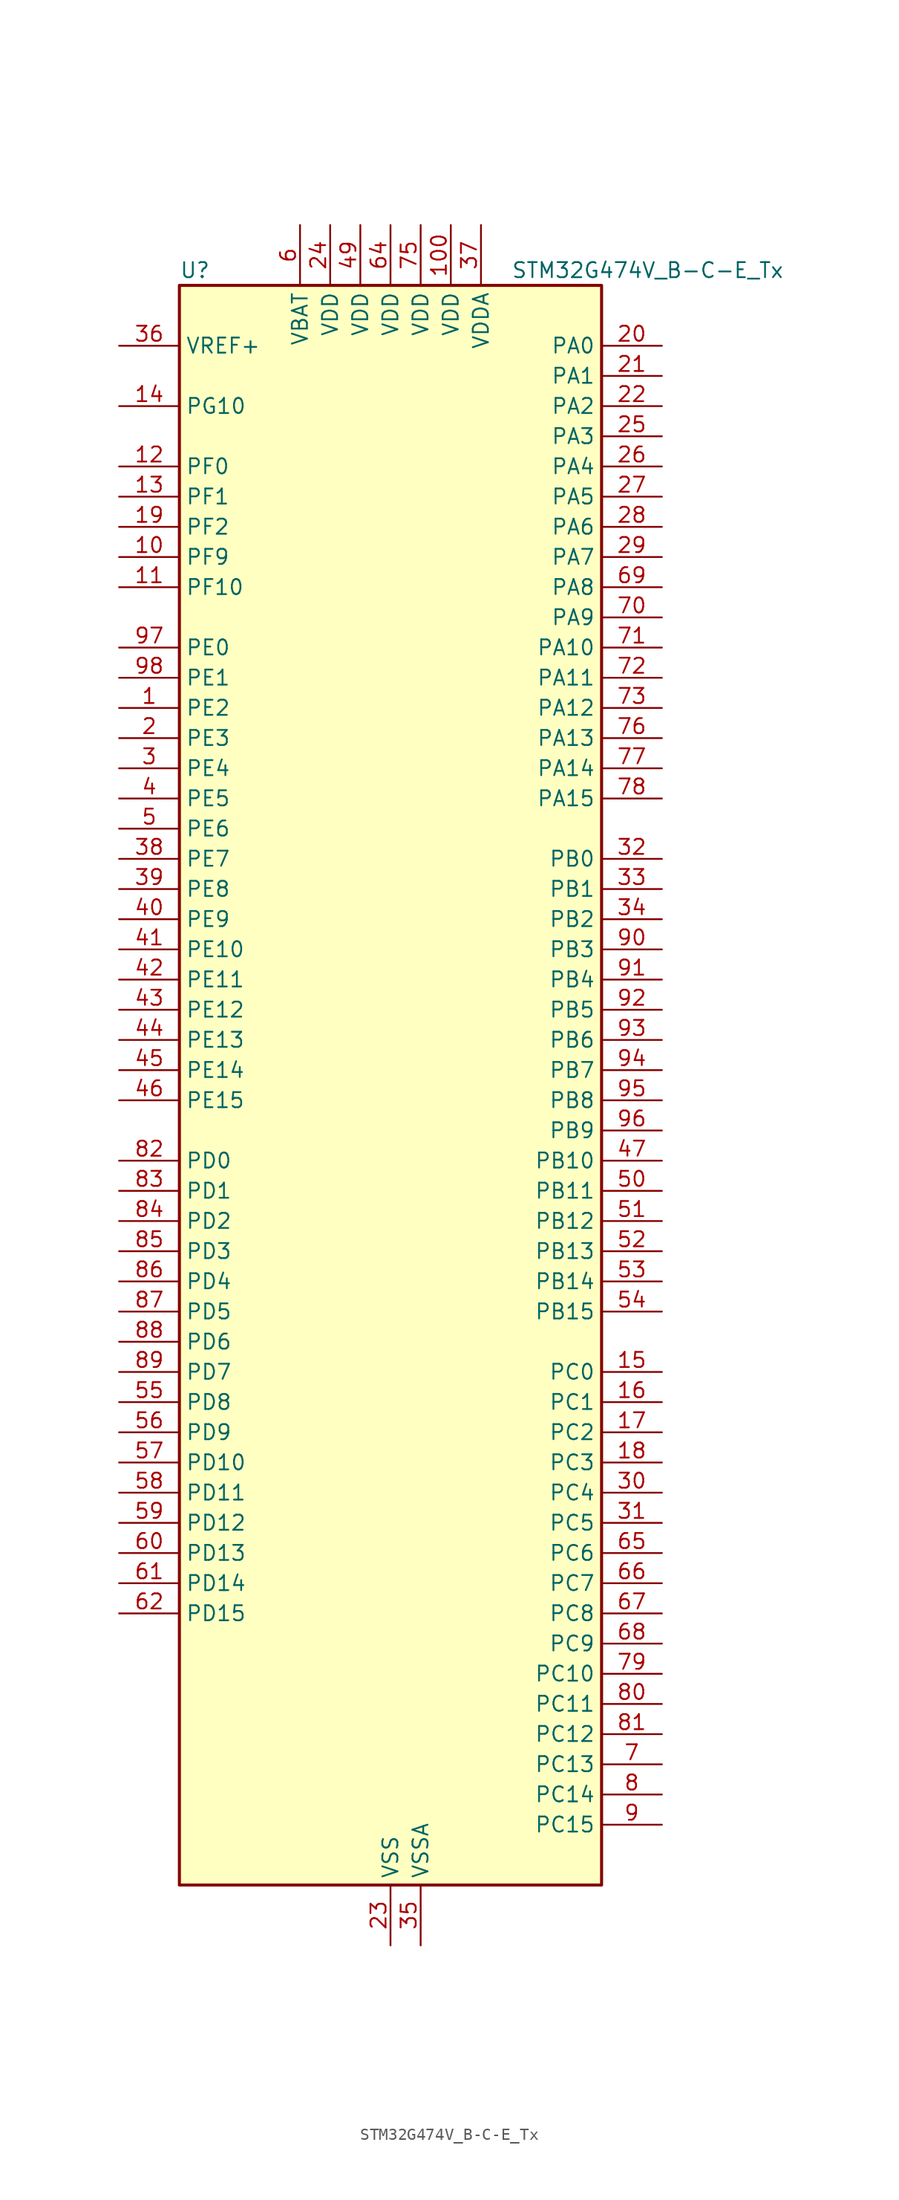
<source format=kicad_sym>
(kicad_symbol_lib
  (version 20241209)
  (generator "kicad_symbol_editor")
  (generator_version "9.0")
  (symbol "STM32G474V_B-C-E_Tx"
    (property "Reference" "U"
      (at -17.78 69.85 0)
      (effects (font (size 1.27 1.27)) (justify left)))
    (property "Value" "STM32G474V_B-C-E_Tx"
      (at 10.16 69.85 0)
      (effects (font (size 1.27 1.27)) (justify left)))
    (symbol "STM32G474V_B-C-E_Tx_0_1"
      (rectangle (start -17.78 -66.04) (end 17.78 68.58) (stroke (width 0.254) (type default)) (fill (type background))))
    (symbol "STM32G474V_B-C-E_Tx_1_1"
      (pin input line (at -22.86 63.5 0) (length 5.08) (name "VREF+" (effects (font (size 1.27 1.27)))) (number "36" (effects (font (size 1.27 1.27)))) (alternate "VREFBUF_OUT" bidirectional line))
      (pin bidirectional line (at -22.86 58.42 0) (length 5.08) (name "PG10" (effects (font (size 1.27 1.27)))) (number "14" (effects (font (size 1.27 1.27)))) (alternate "DAC1_EXTI10" bidirectional line) (alternate "DAC2_EXTI10" bidirectional line) (alternate "DAC3_EXTI10" bidirectional line) (alternate "DAC4_EXTI10" bidirectional line) (alternate "RCC_MCO" bidirectional line))
      (pin bidirectional line (at -22.86 53.34 0) (length 5.08) (name "PF0" (effects (font (size 1.27 1.27)))) (number "12" (effects (font (size 1.27 1.27)))) (alternate "ADC1_IN10" bidirectional line) (alternate "I2C2_SDA" bidirectional line) (alternate "I2S2_WS" bidirectional line) (alternate "RCC_OSC_IN" bidirectional line) (alternate "SPI2_NSS" bidirectional line) (alternate "TIM1_CH3N" bidirectional line))
      (pin bidirectional line (at -22.86 50.8 0) (length 5.08) (name "PF1" (effects (font (size 1.27 1.27)))) (number "13" (effects (font (size 1.27 1.27)))) (alternate "ADC2_IN10" bidirectional line) (alternate "COMP3_INM" bidirectional line) (alternate "I2S2_CK" bidirectional line) (alternate "RCC_OSC_OUT" bidirectional line) (alternate "SPI2_SCK" bidirectional line))
      (pin bidirectional line (at -22.86 48.26 0) (length 5.08) (name "PF2" (effects (font (size 1.27 1.27)))) (number "19" (effects (font (size 1.27 1.27)))) (alternate "ADC3_EXTI2" bidirectional line) (alternate "ADC4_EXTI2" bidirectional line) (alternate "ADC5_EXTI2" bidirectional line) (alternate "FMC_A2" bidirectional line) (alternate "I2C2_SMBA" bidirectional line) (alternate "TIM20_CH3" bidirectional line))
      (pin bidirectional line (at -22.86 45.72 0) (length 5.08) (name "PF9" (effects (font (size 1.27 1.27)))) (number "10" (effects (font (size 1.27 1.27)))) (alternate "DAC1_EXTI9" bidirectional line) (alternate "DAC2_EXTI9" bidirectional line) (alternate "DAC3_EXTI9" bidirectional line) (alternate "DAC4_EXTI9" bidirectional line) (alternate "FMC_A25" bidirectional line) (alternate "QUADSPI1_BK1_IO1" bidirectional line) (alternate "SAI1_FS_B" bidirectional line) (alternate "SPI2_SCK" bidirectional line) (alternate "TIM15_CH1" bidirectional line) (alternate "TIM20_BKIN" bidirectional line) (alternate "TIM5_CH4" bidirectional line))
      (pin bidirectional line (at -22.86 43.18 0) (length 5.08) (name "PF10" (effects (font (size 1.27 1.27)))) (number "11" (effects (font (size 1.27 1.27)))) (alternate "DAC1_EXTI10" bidirectional line) (alternate "DAC2_EXTI10" bidirectional line) (alternate "DAC3_EXTI10" bidirectional line) (alternate "DAC4_EXTI10" bidirectional line) (alternate "FMC_A0" bidirectional line) (alternate "QUADSPI1_CLK" bidirectional line) (alternate "SAI1_D3" bidirectional line) (alternate "SPI2_SCK" bidirectional line) (alternate "TIM15_CH2" bidirectional line) (alternate "TIM20_BKIN2" bidirectional line))
      (pin bidirectional line (at -22.86 38.1 0) (length 5.08) (name "PE0" (effects (font (size 1.27 1.27)))) (number "97" (effects (font (size 1.27 1.27)))) (alternate "FMC_NBL0" bidirectional line) (alternate "TIM16_CH1" bidirectional line) (alternate "TIM20_CH4N" bidirectional line) (alternate "TIM20_ETR" bidirectional line) (alternate "TIM4_ETR" bidirectional line) (alternate "USART1_TX" bidirectional line))
      (pin bidirectional line (at -22.86 35.56 0) (length 5.08) (name "PE1" (effects (font (size 1.27 1.27)))) (number "98" (effects (font (size 1.27 1.27)))) (alternate "FMC_NBL1" bidirectional line) (alternate "TIM17_CH1" bidirectional line) (alternate "TIM20_CH4" bidirectional line) (alternate "USART1_RX" bidirectional line))
      (pin bidirectional line (at -22.86 33.02 0) (length 5.08) (name "PE2" (effects (font (size 1.27 1.27)))) (number "1" (effects (font (size 1.27 1.27)))) (alternate "ADC3_EXTI2" bidirectional line) (alternate "ADC4_EXTI2" bidirectional line) (alternate "ADC5_EXTI2" bidirectional line) (alternate "FMC_A23" bidirectional line) (alternate "SAI1_CK1" bidirectional line) (alternate "SAI1_MCLK_A" bidirectional line) (alternate "SPI4_SCK" bidirectional line) (alternate "SYS_TRACECLK" bidirectional line) (alternate "TIM20_CH1" bidirectional line) (alternate "TIM3_CH1" bidirectional line))
      (pin bidirectional line (at -22.86 30.48 0) (length 5.08) (name "PE3" (effects (font (size 1.27 1.27)))) (number "2" (effects (font (size 1.27 1.27)))) (alternate "ADC3_EXTI3" bidirectional line) (alternate "ADC4_EXTI3" bidirectional line) (alternate "ADC5_EXTI3" bidirectional line) (alternate "FMC_A19" bidirectional line) (alternate "SAI1_SD_B" bidirectional line) (alternate "SPI4_NSS" bidirectional line) (alternate "SYS_TRACED0" bidirectional line) (alternate "TIM20_CH2" bidirectional line) (alternate "TIM3_CH2" bidirectional line))
      (pin bidirectional line (at -22.86 27.94 0) (length 5.08) (name "PE4" (effects (font (size 1.27 1.27)))) (number "3" (effects (font (size 1.27 1.27)))) (alternate "FMC_A20" bidirectional line) (alternate "SAI1_D2" bidirectional line) (alternate "SAI1_FS_A" bidirectional line) (alternate "SPI4_NSS" bidirectional line) (alternate "SYS_TRACED1" bidirectional line) (alternate "TIM20_CH1N" bidirectional line) (alternate "TIM3_CH3" bidirectional line))
      (pin bidirectional line (at -22.86 25.4 0) (length 5.08) (name "PE5" (effects (font (size 1.27 1.27)))) (number "4" (effects (font (size 1.27 1.27)))) (alternate "FMC_A21" bidirectional line) (alternate "SAI1_CK2" bidirectional line) (alternate "SAI1_SCK_A" bidirectional line) (alternate "SPI4_MISO" bidirectional line) (alternate "SYS_TRACED2" bidirectional line) (alternate "TIM20_CH2N" bidirectional line) (alternate "TIM3_CH4" bidirectional line))
      (pin bidirectional line (at -22.86 22.86 0) (length 5.08) (name "PE6" (effects (font (size 1.27 1.27)))) (number "5" (effects (font (size 1.27 1.27)))) (alternate "FMC_A22" bidirectional line) (alternate "RTC_TAMP3" bidirectional line) (alternate "SAI1_D1" bidirectional line) (alternate "SAI1_SD_A" bidirectional line) (alternate "SPI4_MOSI" bidirectional line) (alternate "SYS_TRACED3" bidirectional line) (alternate "SYS_WKUP3" bidirectional line) (alternate "TIM20_CH3N" bidirectional line))
      (pin bidirectional line (at -22.86 20.32 0) (length 5.08) (name "PE7" (effects (font (size 1.27 1.27)))) (number "38" (effects (font (size 1.27 1.27)))) (alternate "ADC3_IN4" bidirectional line) (alternate "COMP4_INP" bidirectional line) (alternate "FMC_D4" bidirectional line) (alternate "FMC_DA4" bidirectional line) (alternate "SAI1_SD_B" bidirectional line) (alternate "TIM1_ETR" bidirectional line))
      (pin bidirectional line (at -22.86 17.78 0) (length 5.08) (name "PE8" (effects (font (size 1.27 1.27)))) (number "39" (effects (font (size 1.27 1.27)))) (alternate "ADC3_IN6" bidirectional line) (alternate "ADC4_IN6" bidirectional line) (alternate "ADC5_IN6" bidirectional line) (alternate "COMP4_INM" bidirectional line) (alternate "FMC_D5" bidirectional line) (alternate "FMC_DA5" bidirectional line) (alternate "SAI1_SCK_B" bidirectional line) (alternate "TIM1_CH1N" bidirectional line) (alternate "TIM5_CH3" bidirectional line))
      (pin bidirectional line (at -22.86 15.24 0) (length 5.08) (name "PE9" (effects (font (size 1.27 1.27)))) (number "40" (effects (font (size 1.27 1.27)))) (alternate "ADC3_IN2" bidirectional line) (alternate "DAC1_EXTI9" bidirectional line) (alternate "DAC2_EXTI9" bidirectional line) (alternate "DAC3_EXTI9" bidirectional line) (alternate "DAC4_EXTI9" bidirectional line) (alternate "FMC_D6" bidirectional line) (alternate "FMC_DA6" bidirectional line) (alternate "SAI1_FS_B" bidirectional line) (alternate "TIM1_CH1" bidirectional line) (alternate "TIM5_CH4" bidirectional line))
      (pin bidirectional line (at -22.86 12.7 0) (length 5.08) (name "PE10" (effects (font (size 1.27 1.27)))) (number "41" (effects (font (size 1.27 1.27)))) (alternate "ADC3_IN14" bidirectional line) (alternate "ADC4_IN14" bidirectional line) (alternate "ADC5_IN14" bidirectional line) (alternate "DAC1_EXTI10" bidirectional line) (alternate "DAC2_EXTI10" bidirectional line) (alternate "DAC3_EXTI10" bidirectional line) (alternate "DAC4_EXTI10" bidirectional line) (alternate "FMC_D7" bidirectional line) (alternate "FMC_DA7" bidirectional line) (alternate "QUADSPI1_CLK" bidirectional line) (alternate "SAI1_MCLK_B" bidirectional line) (alternate "TIM1_CH2N" bidirectional line))
      (pin bidirectional line (at -22.86 10.16 0) (length 5.08) (name "PE11" (effects (font (size 1.27 1.27)))) (number "42" (effects (font (size 1.27 1.27)))) (alternate "ADC1_EXTI11" bidirectional line) (alternate "ADC2_EXTI11" bidirectional line) (alternate "ADC3_IN15" bidirectional line) (alternate "ADC4_IN15" bidirectional line) (alternate "ADC5_IN15" bidirectional line) (alternate "FMC_D8" bidirectional line) (alternate "FMC_DA8" bidirectional line) (alternate "QUADSPI1_BK1_NCS" bidirectional line) (alternate "SPI4_NSS" bidirectional line) (alternate "TIM1_CH2" bidirectional line))
      (pin bidirectional line (at -22.86 7.62 0) (length 5.08) (name "PE12" (effects (font (size 1.27 1.27)))) (number "43" (effects (font (size 1.27 1.27)))) (alternate "ADC3_IN16" bidirectional line) (alternate "ADC4_IN16" bidirectional line) (alternate "ADC5_IN16" bidirectional line) (alternate "FMC_D9" bidirectional line) (alternate "FMC_DA9" bidirectional line) (alternate "QUADSPI1_BK1_IO0" bidirectional line) (alternate "SPI4_SCK" bidirectional line) (alternate "TIM1_CH3N" bidirectional line))
      (pin bidirectional line (at -22.86 5.08 0) (length 5.08) (name "PE13" (effects (font (size 1.27 1.27)))) (number "44" (effects (font (size 1.27 1.27)))) (alternate "ADC3_IN3" bidirectional line) (alternate "FMC_D10" bidirectional line) (alternate "FMC_DA10" bidirectional line) (alternate "QUADSPI1_BK1_IO1" bidirectional line) (alternate "SPI4_MISO" bidirectional line) (alternate "TIM1_CH3" bidirectional line))
      (pin bidirectional line (at -22.86 2.54 0) (length 5.08) (name "PE14" (effects (font (size 1.27 1.27)))) (number "45" (effects (font (size 1.27 1.27)))) (alternate "ADC4_IN1" bidirectional line) (alternate "FMC_D11" bidirectional line) (alternate "FMC_DA11" bidirectional line) (alternate "QUADSPI1_BK1_IO2" bidirectional line) (alternate "SPI4_MOSI" bidirectional line) (alternate "TIM1_BKIN2" bidirectional line) (alternate "TIM1_CH4" bidirectional line))
      (pin bidirectional line (at -22.86 0 0) (length 5.08) (name "PE15" (effects (font (size 1.27 1.27)))) (number "46" (effects (font (size 1.27 1.27)))) (alternate "ADC1_EXTI15" bidirectional line) (alternate "ADC2_EXTI15" bidirectional line) (alternate "ADC4_IN2" bidirectional line) (alternate "FMC_D12" bidirectional line) (alternate "FMC_DA12" bidirectional line) (alternate "QUADSPI1_BK1_IO3" bidirectional line) (alternate "TIM1_BKIN" bidirectional line) (alternate "TIM1_CH4N" bidirectional line) (alternate "USART3_RX" bidirectional line))
      (pin bidirectional line (at -22.86 -5.08 0) (length 5.08) (name "PD0" (effects (font (size 1.27 1.27)))) (number "82" (effects (font (size 1.27 1.27)))) (alternate "FDCAN1_RX" bidirectional line) (alternate "FMC_D2" bidirectional line) (alternate "FMC_DA2" bidirectional line) (alternate "TIM8_CH4N" bidirectional line))
      (pin bidirectional line (at -22.86 -7.62 0) (length 5.08) (name "PD1" (effects (font (size 1.27 1.27)))) (number "83" (effects (font (size 1.27 1.27)))) (alternate "FDCAN1_TX" bidirectional line) (alternate "FMC_D3" bidirectional line) (alternate "FMC_DA3" bidirectional line) (alternate "TIM8_BKIN2" bidirectional line) (alternate "TIM8_CH4" bidirectional line))
      (pin bidirectional line (at -22.86 -10.16 0) (length 5.08) (name "PD2" (effects (font (size 1.27 1.27)))) (number "84" (effects (font (size 1.27 1.27)))) (alternate "ADC3_EXTI2" bidirectional line) (alternate "ADC4_EXTI2" bidirectional line) (alternate "ADC5_EXTI2" bidirectional line) (alternate "TIM3_ETR" bidirectional line) (alternate "TIM8_BKIN" bidirectional line) (alternate "UART5_RX" bidirectional line))
      (pin bidirectional line (at -22.86 -12.7 0) (length 5.08) (name "PD3" (effects (font (size 1.27 1.27)))) (number "85" (effects (font (size 1.27 1.27)))) (alternate "ADC3_EXTI3" bidirectional line) (alternate "ADC4_EXTI3" bidirectional line) (alternate "ADC5_EXTI3" bidirectional line) (alternate "FMC_CLK" bidirectional line) (alternate "QUADSPI1_BK2_NCS" bidirectional line) (alternate "TIM2_CH1" bidirectional line) (alternate "TIM2_ETR" bidirectional line) (alternate "USART2_CTS" bidirectional line) (alternate "USART2_NSS" bidirectional line))
      (pin bidirectional line (at -22.86 -15.24 0) (length 5.08) (name "PD4" (effects (font (size 1.27 1.27)))) (number "86" (effects (font (size 1.27 1.27)))) (alternate "FMC_NOE" bidirectional line) (alternate "QUADSPI1_BK2_IO0" bidirectional line) (alternate "TIM2_CH2" bidirectional line) (alternate "USART2_DE" bidirectional line) (alternate "USART2_RTS" bidirectional line))
      (pin bidirectional line (at -22.86 -17.78 0) (length 5.08) (name "PD5" (effects (font (size 1.27 1.27)))) (number "87" (effects (font (size 1.27 1.27)))) (alternate "FMC_NWE" bidirectional line) (alternate "QUADSPI1_BK2_IO1" bidirectional line) (alternate "USART2_TX" bidirectional line))
      (pin bidirectional line (at -22.86 -20.32 0) (length 5.08) (name "PD6" (effects (font (size 1.27 1.27)))) (number "88" (effects (font (size 1.27 1.27)))) (alternate "FMC_NWAIT" bidirectional line) (alternate "QUADSPI1_BK2_IO2" bidirectional line) (alternate "SAI1_D1" bidirectional line) (alternate "SAI1_SD_A" bidirectional line) (alternate "TIM2_CH4" bidirectional line) (alternate "USART2_RX" bidirectional line))
      (pin bidirectional line (at -22.86 -22.86 0) (length 5.08) (name "PD7" (effects (font (size 1.27 1.27)))) (number "89" (effects (font (size 1.27 1.27)))) (alternate "FMC_NCE" bidirectional line) (alternate "FMC_NE1" bidirectional line) (alternate "QUADSPI1_BK2_IO3" bidirectional line) (alternate "TIM2_CH3" bidirectional line) (alternate "USART2_CK" bidirectional line))
      (pin bidirectional line (at -22.86 -25.4 0) (length 5.08) (name "PD8" (effects (font (size 1.27 1.27)))) (number "55" (effects (font (size 1.27 1.27)))) (alternate "ADC4_IN12" bidirectional line) (alternate "ADC5_IN12" bidirectional line) (alternate "FMC_D13" bidirectional line) (alternate "FMC_DA13" bidirectional line) (alternate "OPAMP4_VINM" bidirectional line) (alternate "OPAMP4_VINM1" bidirectional line) (alternate "OPAMP4_VINM_SEC" bidirectional line) (alternate "USART3_TX" bidirectional line))
      (pin bidirectional line (at -22.86 -27.94 0) (length 5.08) (name "PD9" (effects (font (size 1.27 1.27)))) (number "56" (effects (font (size 1.27 1.27)))) (alternate "ADC4_IN13" bidirectional line) (alternate "ADC5_IN13" bidirectional line) (alternate "DAC1_EXTI9" bidirectional line) (alternate "DAC2_EXTI9" bidirectional line) (alternate "DAC3_EXTI9" bidirectional line) (alternate "DAC4_EXTI9" bidirectional line) (alternate "FMC_D14" bidirectional line) (alternate "FMC_DA14" bidirectional line) (alternate "OPAMP6_VINP" bidirectional line) (alternate "OPAMP6_VINP_SEC" bidirectional line) (alternate "USART3_RX" bidirectional line))
      (pin bidirectional line (at -22.86 -30.48 0) (length 5.08) (name "PD10" (effects (font (size 1.27 1.27)))) (number "57" (effects (font (size 1.27 1.27)))) (alternate "ADC3_IN7" bidirectional line) (alternate "ADC4_IN7" bidirectional line) (alternate "ADC5_IN7" bidirectional line) (alternate "COMP6_INM" bidirectional line) (alternate "DAC1_EXTI10" bidirectional line) (alternate "DAC2_EXTI10" bidirectional line) (alternate "DAC3_EXTI10" bidirectional line) (alternate "DAC4_EXTI10" bidirectional line) (alternate "FMC_D15" bidirectional line) (alternate "FMC_DA15" bidirectional line) (alternate "USART3_CK" bidirectional line))
      (pin bidirectional line (at -22.86 -33.02 0) (length 5.08) (name "PD11" (effects (font (size 1.27 1.27)))) (number "58" (effects (font (size 1.27 1.27)))) (alternate "ADC1_EXTI11" bidirectional line) (alternate "ADC2_EXTI11" bidirectional line) (alternate "ADC3_IN8" bidirectional line) (alternate "ADC4_IN8" bidirectional line) (alternate "ADC5_IN8" bidirectional line) (alternate "COMP6_INP" bidirectional line) (alternate "FMC_A16" bidirectional line) (alternate "FMC_CLE" bidirectional line) (alternate "I2C4_SMBA" bidirectional line) (alternate "OPAMP4_VINP" bidirectional line) (alternate "OPAMP4_VINP_SEC" bidirectional line) (alternate "TIM5_ETR" bidirectional line) (alternate "USART3_CTS" bidirectional line) (alternate "USART3_NSS" bidirectional line))
      (pin bidirectional line (at -22.86 -35.56 0) (length 5.08) (name "PD12" (effects (font (size 1.27 1.27)))) (number "59" (effects (font (size 1.27 1.27)))) (alternate "ADC3_IN9" bidirectional line) (alternate "ADC4_IN9" bidirectional line) (alternate "ADC5_IN9" bidirectional line) (alternate "COMP5_INP" bidirectional line) (alternate "FMC_A17" bidirectional line) (alternate "FMC_ALE" bidirectional line) (alternate "OPAMP5_VINP" bidirectional line) (alternate "OPAMP5_VINP_SEC" bidirectional line) (alternate "TIM4_CH1" bidirectional line) (alternate "USART3_DE" bidirectional line) (alternate "USART3_RTS" bidirectional line))
      (pin bidirectional line (at -22.86 -38.1 0) (length 5.08) (name "PD13" (effects (font (size 1.27 1.27)))) (number "60" (effects (font (size 1.27 1.27)))) (alternate "ADC3_IN10" bidirectional line) (alternate "ADC4_IN10" bidirectional line) (alternate "ADC5_IN10" bidirectional line) (alternate "COMP5_INM" bidirectional line) (alternate "FMC_A18" bidirectional line) (alternate "TIM4_CH2" bidirectional line))
      (pin bidirectional line (at -22.86 -40.64 0) (length 5.08) (name "PD14" (effects (font (size 1.27 1.27)))) (number "61" (effects (font (size 1.27 1.27)))) (alternate "ADC3_IN11" bidirectional line) (alternate "ADC4_IN11" bidirectional line) (alternate "ADC5_IN11" bidirectional line) (alternate "COMP7_INP" bidirectional line) (alternate "FMC_D0" bidirectional line) (alternate "FMC_DA0" bidirectional line) (alternate "OPAMP2_VINP" bidirectional line) (alternate "OPAMP2_VINP_SEC" bidirectional line) (alternate "TIM4_CH3" bidirectional line))
      (pin bidirectional line (at -22.86 -43.18 0) (length 5.08) (name "PD15" (effects (font (size 1.27 1.27)))) (number "62" (effects (font (size 1.27 1.27)))) (alternate "ADC1_EXTI15" bidirectional line) (alternate "ADC2_EXTI15" bidirectional line) (alternate "COMP7_INM" bidirectional line) (alternate "FMC_D1" bidirectional line) (alternate "FMC_DA1" bidirectional line) (alternate "SPI2_NSS" bidirectional line) (alternate "TIM4_CH4" bidirectional line))
      (pin power_in line (at -7.62 73.66 270) (length 5.08) (name "VBAT" (effects (font (size 1.27 1.27)))) (number "6" (effects (font (size 1.27 1.27)))))
      (pin power_in line (at -5.08 73.66 270) (length 5.08) (name "VDD" (effects (font (size 1.27 1.27)))) (number "24" (effects (font (size 1.27 1.27)))))
      (pin power_in line (at -2.54 73.66 270) (length 5.08) (name "VDD" (effects (font (size 1.27 1.27)))) (number "49" (effects (font (size 1.27 1.27)))))
      (pin power_in line (at 0 73.66 270) (length 5.08) (name "VDD" (effects (font (size 1.27 1.27)))) (number "64" (effects (font (size 1.27 1.27)))))
      (pin power_in line (at 0 -71.12 90) (length 5.08) (name "VSS" (effects (font (size 1.27 1.27)))) (number "23" (effects (font (size 1.27 1.27)))))
      (pin passive line (at 0 -71.12 90) (length 5.08) (hide yes) (name "VSS" (effects (font (size 1.27 1.27)))) (number "48" (effects (font (size 1.27 1.27)))))
      (pin passive line (at 0 -71.12 90) (length 5.08) (hide yes) (name "VSS" (effects (font (size 1.27 1.27)))) (number "63" (effects (font (size 1.27 1.27)))))
      (pin passive line (at 0 -71.12 90) (length 5.08) (hide yes) (name "VSS" (effects (font (size 1.27 1.27)))) (number "74" (effects (font (size 1.27 1.27)))))
      (pin passive line (at 0 -71.12 90) (length 5.08) (hide yes) (name "VSS" (effects (font (size 1.27 1.27)))) (number "99" (effects (font (size 1.27 1.27)))))
      (pin power_in line (at 2.54 73.66 270) (length 5.08) (name "VDD" (effects (font (size 1.27 1.27)))) (number "75" (effects (font (size 1.27 1.27)))))
      (pin power_in line (at 2.54 -71.12 90) (length 5.08) (name "VSSA" (effects (font (size 1.27 1.27)))) (number "35" (effects (font (size 1.27 1.27)))))
      (pin power_in line (at 5.08 73.66 270) (length 5.08) (name "VDD" (effects (font (size 1.27 1.27)))) (number "100" (effects (font (size 1.27 1.27)))))
      (pin power_in line (at 7.62 73.66 270) (length 5.08) (name "VDDA" (effects (font (size 1.27 1.27)))) (number "37" (effects (font (size 1.27 1.27)))))
      (pin bidirectional line (at 22.86 63.5 180) (length 5.08) (name "PA0" (effects (font (size 1.27 1.27)))) (number "20" (effects (font (size 1.27 1.27)))) (alternate "ADC1_IN1" bidirectional line) (alternate "ADC2_IN1" bidirectional line) (alternate "COMP1_INM" bidirectional line) (alternate "COMP1_OUT" bidirectional line) (alternate "COMP3_INP" bidirectional line) (alternate "RTC_TAMP2" bidirectional line) (alternate "SYS_WKUP1" bidirectional line) (alternate "TIM2_CH1" bidirectional line) (alternate "TIM2_ETR" bidirectional line) (alternate "TIM5_CH1" bidirectional line) (alternate "TIM8_BKIN" bidirectional line) (alternate "TIM8_ETR" bidirectional line) (alternate "USART2_CTS" bidirectional line) (alternate "USART2_NSS" bidirectional line))
      (pin bidirectional line (at 22.86 60.96 180) (length 5.08) (name "PA1" (effects (font (size 1.27 1.27)))) (number "21" (effects (font (size 1.27 1.27)))) (alternate "ADC1_IN2" bidirectional line) (alternate "ADC2_IN2" bidirectional line) (alternate "COMP1_INP" bidirectional line) (alternate "OPAMP1_VINP" bidirectional line) (alternate "OPAMP1_VINP_SEC" bidirectional line) (alternate "OPAMP3_VINP" bidirectional line) (alternate "OPAMP3_VINP_SEC" bidirectional line) (alternate "OPAMP6_VINM" bidirectional line) (alternate "OPAMP6_VINM0" bidirectional line) (alternate "OPAMP6_VINM_SEC" bidirectional line) (alternate "RTC_REFIN" bidirectional line) (alternate "TIM15_CH1N" bidirectional line) (alternate "TIM2_CH2" bidirectional line) (alternate "TIM5_CH2" bidirectional line) (alternate "USART2_DE" bidirectional line) (alternate "USART2_RTS" bidirectional line))
      (pin bidirectional line (at 22.86 58.42 180) (length 5.08) (name "PA2" (effects (font (size 1.27 1.27)))) (number "22" (effects (font (size 1.27 1.27)))) (alternate "ADC1_IN3" bidirectional line) (alternate "ADC3_EXTI2" bidirectional line) (alternate "ADC4_EXTI2" bidirectional line) (alternate "ADC5_EXTI2" bidirectional line) (alternate "COMP2_INM" bidirectional line) (alternate "COMP2_OUT" bidirectional line) (alternate "LPUART1_TX" bidirectional line) (alternate "OPAMP1_VOUT" bidirectional line) (alternate "QUADSPI1_BK1_NCS" bidirectional line) (alternate "RCC_LSCO" bidirectional line) (alternate "SYS_WKUP4" bidirectional line) (alternate "TIM15_CH1" bidirectional line) (alternate "TIM2_CH3" bidirectional line) (alternate "TIM5_CH3" bidirectional line) (alternate "UCPD1_FRSTX1" bidirectional line) (alternate "UCPD1_FRSTX2" bidirectional line) (alternate "USART2_TX" bidirectional line))
      (pin bidirectional line (at 22.86 55.88 180) (length 5.08) (name "PA3" (effects (font (size 1.27 1.27)))) (number "25" (effects (font (size 1.27 1.27)))) (alternate "ADC1_IN4" bidirectional line) (alternate "ADC3_EXTI3" bidirectional line) (alternate "ADC4_EXTI3" bidirectional line) (alternate "ADC5_EXTI3" bidirectional line) (alternate "COMP2_INP" bidirectional line) (alternate "LPUART1_RX" bidirectional line) (alternate "OPAMP1_VINM" bidirectional line) (alternate "OPAMP1_VINM0" bidirectional line) (alternate "OPAMP1_VINM_SEC" bidirectional line) (alternate "OPAMP1_VINP" bidirectional line) (alternate "OPAMP1_VINP_SEC" bidirectional line) (alternate "OPAMP5_VINM" bidirectional line) (alternate "OPAMP5_VINM1" bidirectional line) (alternate "OPAMP5_VINM_SEC" bidirectional line) (alternate "QUADSPI1_CLK" bidirectional line) (alternate "SAI1_CK1" bidirectional line) (alternate "SAI1_MCLK_A" bidirectional line) (alternate "TIM15_CH2" bidirectional line) (alternate "TIM2_CH4" bidirectional line) (alternate "TIM5_CH4" bidirectional line) (alternate "USART2_RX" bidirectional line))
      (pin bidirectional line (at 22.86 53.34 180) (length 5.08) (name "PA4" (effects (font (size 1.27 1.27)))) (number "26" (effects (font (size 1.27 1.27)))) (alternate "ADC2_IN17" bidirectional line) (alternate "COMP1_INM" bidirectional line) (alternate "DAC1_OUT1" bidirectional line) (alternate "I2S3_WS" bidirectional line) (alternate "SAI1_FS_B" bidirectional line) (alternate "SPI1_NSS" bidirectional line) (alternate "SPI3_NSS" bidirectional line) (alternate "TIM3_CH2" bidirectional line) (alternate "USART2_CK" bidirectional line))
      (pin bidirectional line (at 22.86 50.8 180) (length 5.08) (name "PA5" (effects (font (size 1.27 1.27)))) (number "27" (effects (font (size 1.27 1.27)))) (alternate "ADC2_IN13" bidirectional line) (alternate "COMP2_INM" bidirectional line) (alternate "DAC1_OUT2" bidirectional line) (alternate "OPAMP2_VINM" bidirectional line) (alternate "OPAMP2_VINM0" bidirectional line) (alternate "OPAMP2_VINM_SEC" bidirectional line) (alternate "SPI1_SCK" bidirectional line) (alternate "TIM2_CH1" bidirectional line) (alternate "TIM2_ETR" bidirectional line) (alternate "UCPD1_FRSTX1" bidirectional line) (alternate "UCPD1_FRSTX2" bidirectional line))
      (pin bidirectional line (at 22.86 48.26 180) (length 5.08) (name "PA6" (effects (font (size 1.27 1.27)))) (number "28" (effects (font (size 1.27 1.27)))) (alternate "ADC2_IN3" bidirectional line) (alternate "COMP1_OUT" bidirectional line) (alternate "DAC2_OUT1" bidirectional line) (alternate "LPUART1_CTS" bidirectional line) (alternate "OPAMP2_VOUT" bidirectional line) (alternate "QUADSPI1_BK1_IO3" bidirectional line) (alternate "SPI1_MISO" bidirectional line) (alternate "TIM16_CH1" bidirectional line) (alternate "TIM1_BKIN" bidirectional line) (alternate "TIM3_CH1" bidirectional line) (alternate "TIM8_BKIN" bidirectional line))
      (pin bidirectional line (at 22.86 45.72 180) (length 5.08) (name "PA7" (effects (font (size 1.27 1.27)))) (number "29" (effects (font (size 1.27 1.27)))) (alternate "ADC2_IN4" bidirectional line) (alternate "COMP2_INP" bidirectional line) (alternate "COMP2_OUT" bidirectional line) (alternate "OPAMP1_VINP" bidirectional line) (alternate "OPAMP1_VINP_SEC" bidirectional line) (alternate "OPAMP2_VINP" bidirectional line) (alternate "OPAMP2_VINP_SEC" bidirectional line) (alternate "QUADSPI1_BK1_IO2" bidirectional line) (alternate "SPI1_MOSI" bidirectional line) (alternate "TIM17_CH1" bidirectional line) (alternate "TIM1_CH1N" bidirectional line) (alternate "TIM3_CH2" bidirectional line) (alternate "TIM8_CH1N" bidirectional line) (alternate "UCPD1_FRSTX1" bidirectional line) (alternate "UCPD1_FRSTX2" bidirectional line))
      (pin bidirectional line (at 22.86 43.18 180) (length 5.08) (name "PA8" (effects (font (size 1.27 1.27)))) (number "69" (effects (font (size 1.27 1.27)))) (alternate "ADC5_IN1" bidirectional line) (alternate "COMP7_OUT" bidirectional line) (alternate "FDCAN3_RX" bidirectional line) (alternate "HRTIM1_CHA1" bidirectional line) (alternate "I2C2_SDA" bidirectional line) (alternate "I2C3_SCL" bidirectional line) (alternate "I2S2_MCK" bidirectional line) (alternate "OPAMP5_VOUT" bidirectional line) (alternate "RCC_MCO" bidirectional line) (alternate "SAI1_CK2" bidirectional line) (alternate "SAI1_SCK_A" bidirectional line) (alternate "TIM1_CH1" bidirectional line) (alternate "TIM4_ETR" bidirectional line) (alternate "USART1_CK" bidirectional line))
      (pin bidirectional line (at 22.86 40.64 180) (length 5.08) (name "PA9" (effects (font (size 1.27 1.27)))) (number "70" (effects (font (size 1.27 1.27)))) (alternate "ADC5_IN2" bidirectional line) (alternate "COMP5_OUT" bidirectional line) (alternate "DAC1_EXTI9" bidirectional line) (alternate "DAC2_EXTI9" bidirectional line) (alternate "DAC3_EXTI9" bidirectional line) (alternate "DAC4_EXTI9" bidirectional line) (alternate "HRTIM1_CHA2" bidirectional line) (alternate "I2C2_SCL" bidirectional line) (alternate "I2C3_SMBA" bidirectional line) (alternate "I2S3_MCK" bidirectional line) (alternate "SAI1_FS_A" bidirectional line) (alternate "TIM15_BKIN" bidirectional line) (alternate "TIM1_CH2" bidirectional line) (alternate "TIM2_CH3" bidirectional line) (alternate "UCPD1_DBCC1" bidirectional line) (alternate "USART1_TX" bidirectional line))
      (pin bidirectional line (at 22.86 38.1 180) (length 5.08) (name "PA10" (effects (font (size 1.27 1.27)))) (number "71" (effects (font (size 1.27 1.27)))) (alternate "COMP6_OUT" bidirectional line) (alternate "CRS_SYNC" bidirectional line) (alternate "DAC1_EXTI10" bidirectional line) (alternate "DAC2_EXTI10" bidirectional line) (alternate "DAC3_EXTI10" bidirectional line) (alternate "DAC4_EXTI10" bidirectional line) (alternate "HRTIM1_CHB1" bidirectional line) (alternate "I2C2_SMBA" bidirectional line) (alternate "SAI1_D1" bidirectional line) (alternate "SAI1_SD_A" bidirectional line) (alternate "SPI2_MISO" bidirectional line) (alternate "TIM17_BKIN" bidirectional line) (alternate "TIM1_CH3" bidirectional line) (alternate "TIM2_CH4" bidirectional line) (alternate "TIM8_BKIN" bidirectional line) (alternate "UCPD1_DBCC2" bidirectional line) (alternate "USART1_RX" bidirectional line))
      (pin bidirectional line (at 22.86 35.56 180) (length 5.08) (name "PA11" (effects (font (size 1.27 1.27)))) (number "72" (effects (font (size 1.27 1.27)))) (alternate "ADC1_EXTI11" bidirectional line) (alternate "ADC2_EXTI11" bidirectional line) (alternate "COMP1_OUT" bidirectional line) (alternate "FDCAN1_RX" bidirectional line) (alternate "HRTIM1_CHB2" bidirectional line) (alternate "I2S2_SD" bidirectional line) (alternate "SPI2_MOSI" bidirectional line) (alternate "TIM1_BKIN2" bidirectional line) (alternate "TIM1_CH1N" bidirectional line) (alternate "TIM1_CH4" bidirectional line) (alternate "TIM4_CH1" bidirectional line) (alternate "USART1_CTS" bidirectional line) (alternate "USART1_NSS" bidirectional line) (alternate "USB_DM" bidirectional line))
      (pin bidirectional line (at 22.86 33.02 180) (length 5.08) (name "PA12" (effects (font (size 1.27 1.27)))) (number "73" (effects (font (size 1.27 1.27)))) (alternate "COMP2_OUT" bidirectional line) (alternate "FDCAN1_TX" bidirectional line) (alternate "HRTIM1_FLT1" bidirectional line) (alternate "I2S_CKIN" bidirectional line) (alternate "TIM16_CH1" bidirectional line) (alternate "TIM1_CH2N" bidirectional line) (alternate "TIM1_ETR" bidirectional line) (alternate "TIM4_CH2" bidirectional line) (alternate "USART1_DE" bidirectional line) (alternate "USART1_RTS" bidirectional line) (alternate "USB_DP" bidirectional line))
      (pin bidirectional line (at 22.86 30.48 180) (length 5.08) (name "PA13" (effects (font (size 1.27 1.27)))) (number "76" (effects (font (size 1.27 1.27)))) (alternate "I2C1_SCL" bidirectional line) (alternate "I2C4_SCL" bidirectional line) (alternate "IR_OUT" bidirectional line) (alternate "SAI1_SD_B" bidirectional line) (alternate "SYS_JTMS-SWDIO" bidirectional line) (alternate "TIM16_CH1N" bidirectional line) (alternate "TIM4_CH3" bidirectional line) (alternate "USART3_CTS" bidirectional line) (alternate "USART3_NSS" bidirectional line))
      (pin bidirectional line (at 22.86 27.94 180) (length 5.08) (name "PA14" (effects (font (size 1.27 1.27)))) (number "77" (effects (font (size 1.27 1.27)))) (alternate "I2C1_SDA" bidirectional line) (alternate "I2C4_SMBA" bidirectional line) (alternate "LPTIM1_OUT" bidirectional line) (alternate "SAI1_FS_B" bidirectional line) (alternate "SYS_JTCK-SWCLK" bidirectional line) (alternate "TIM1_BKIN" bidirectional line) (alternate "TIM8_CH2" bidirectional line) (alternate "USART2_TX" bidirectional line))
      (pin bidirectional line (at 22.86 25.4 180) (length 5.08) (name "PA15" (effects (font (size 1.27 1.27)))) (number "78" (effects (font (size 1.27 1.27)))) (alternate "ADC1_EXTI15" bidirectional line) (alternate "ADC2_EXTI15" bidirectional line) (alternate "FDCAN3_TX" bidirectional line) (alternate "HRTIM1_FLT2" bidirectional line) (alternate "I2C1_SCL" bidirectional line) (alternate "I2S3_WS" bidirectional line) (alternate "SPI1_NSS" bidirectional line) (alternate "SPI3_NSS" bidirectional line) (alternate "SYS_JTDI" bidirectional line) (alternate "TIM1_BKIN" bidirectional line) (alternate "TIM2_CH1" bidirectional line) (alternate "TIM2_ETR" bidirectional line) (alternate "TIM8_CH1" bidirectional line) (alternate "UART4_DE" bidirectional line) (alternate "UART4_RTS" bidirectional line) (alternate "USART2_RX" bidirectional line))
      (pin bidirectional line (at 22.86 20.32 180) (length 5.08) (name "PB0" (effects (font (size 1.27 1.27)))) (number "32" (effects (font (size 1.27 1.27)))) (alternate "ADC1_IN15" bidirectional line) (alternate "ADC3_IN12" bidirectional line) (alternate "COMP4_INP" bidirectional line) (alternate "HRTIM1_FLT5" bidirectional line) (alternate "OPAMP2_VINP" bidirectional line) (alternate "OPAMP2_VINP_SEC" bidirectional line) (alternate "OPAMP3_VINP" bidirectional line) (alternate "OPAMP3_VINP_SEC" bidirectional line) (alternate "QUADSPI1_BK1_IO1" bidirectional line) (alternate "TIM1_CH2N" bidirectional line) (alternate "TIM3_CH3" bidirectional line) (alternate "TIM8_CH2N" bidirectional line) (alternate "UCPD1_FRSTX1" bidirectional line) (alternate "UCPD1_FRSTX2" bidirectional line))
      (pin bidirectional line (at 22.86 17.78 180) (length 5.08) (name "PB1" (effects (font (size 1.27 1.27)))) (number "33" (effects (font (size 1.27 1.27)))) (alternate "ADC1_IN12" bidirectional line) (alternate "ADC3_IN1" bidirectional line) (alternate "COMP1_INP" bidirectional line) (alternate "COMP4_OUT" bidirectional line) (alternate "HRTIM1_SCOUT" bidirectional line) (alternate "LPUART1_DE" bidirectional line) (alternate "LPUART1_RTS" bidirectional line) (alternate "OPAMP3_VOUT" bidirectional line) (alternate "OPAMP6_VINM" bidirectional line) (alternate "OPAMP6_VINM1" bidirectional line) (alternate "OPAMP6_VINM_SEC" bidirectional line) (alternate "QUADSPI1_BK1_IO0" bidirectional line) (alternate "TIM1_CH3N" bidirectional line) (alternate "TIM3_CH4" bidirectional line) (alternate "TIM8_CH3N" bidirectional line))
      (pin bidirectional line (at 22.86 15.24 180) (length 5.08) (name "PB2" (effects (font (size 1.27 1.27)))) (number "34" (effects (font (size 1.27 1.27)))) (alternate "ADC2_IN12" bidirectional line) (alternate "ADC3_EXTI2" bidirectional line) (alternate "ADC4_EXTI2" bidirectional line) (alternate "ADC5_EXTI2" bidirectional line) (alternate "COMP4_INM" bidirectional line) (alternate "HRTIM1_SCIN" bidirectional line) (alternate "I2C3_SMBA" bidirectional line) (alternate "LPTIM1_OUT" bidirectional line) (alternate "OPAMP3_VINM" bidirectional line) (alternate "OPAMP3_VINM0" bidirectional line) (alternate "OPAMP3_VINM_SEC" bidirectional line) (alternate "QUADSPI1_BK2_IO1" bidirectional line) (alternate "RTC_OUT2" bidirectional line) (alternate "TIM20_CH1" bidirectional line) (alternate "TIM5_CH1" bidirectional line))
      (pin bidirectional line (at 22.86 12.7 180) (length 5.08) (name "PB3" (effects (font (size 1.27 1.27)))) (number "90" (effects (font (size 1.27 1.27)))) (alternate "ADC3_EXTI3" bidirectional line) (alternate "ADC4_EXTI3" bidirectional line) (alternate "ADC5_EXTI3" bidirectional line) (alternate "CRS_SYNC" bidirectional line) (alternate "FDCAN3_RX" bidirectional line) (alternate "HRTIM1_EEV9" bidirectional line) (alternate "HRTIM1_SCOUT" bidirectional line) (alternate "I2S3_CK" bidirectional line) (alternate "SAI1_SCK_B" bidirectional line) (alternate "SPI1_SCK" bidirectional line) (alternate "SPI3_SCK" bidirectional line) (alternate "SYS_JTDO-SWO" bidirectional line) (alternate "TIM2_CH2" bidirectional line) (alternate "TIM3_ETR" bidirectional line) (alternate "TIM4_ETR" bidirectional line) (alternate "TIM8_CH1N" bidirectional line) (alternate "USART2_TX" bidirectional line))
      (pin bidirectional line (at 22.86 10.16 180) (length 5.08) (name "PB4" (effects (font (size 1.27 1.27)))) (number "91" (effects (font (size 1.27 1.27)))) (alternate "FDCAN3_TX" bidirectional line) (alternate "HRTIM1_EEV7" bidirectional line) (alternate "SAI1_MCLK_B" bidirectional line) (alternate "SPI1_MISO" bidirectional line) (alternate "SPI3_MISO" bidirectional line) (alternate "SYS_JTRST" bidirectional line) (alternate "TIM16_CH1" bidirectional line) (alternate "TIM17_BKIN" bidirectional line) (alternate "TIM3_CH1" bidirectional line) (alternate "TIM8_CH2N" bidirectional line) (alternate "UART5_DE" bidirectional line) (alternate "UART5_RTS" bidirectional line) (alternate "UCPD1_CC2" bidirectional line) (alternate "USART2_RX" bidirectional line))
      (pin bidirectional line (at 22.86 7.62 180) (length 5.08) (name "PB5" (effects (font (size 1.27 1.27)))) (number "92" (effects (font (size 1.27 1.27)))) (alternate "FDCAN2_RX" bidirectional line) (alternate "HRTIM1_EEV6" bidirectional line) (alternate "I2C1_SMBA" bidirectional line) (alternate "I2C3_SDA" bidirectional line) (alternate "I2S3_SD" bidirectional line) (alternate "LPTIM1_IN1" bidirectional line) (alternate "SAI1_SD_B" bidirectional line) (alternate "SPI1_MOSI" bidirectional line) (alternate "SPI3_MOSI" bidirectional line) (alternate "TIM16_BKIN" bidirectional line) (alternate "TIM17_CH1" bidirectional line) (alternate "TIM3_CH2" bidirectional line) (alternate "TIM8_CH3N" bidirectional line) (alternate "UART5_CTS" bidirectional line) (alternate "USART2_CK" bidirectional line))
      (pin bidirectional line (at 22.86 5.08 180) (length 5.08) (name "PB6" (effects (font (size 1.27 1.27)))) (number "93" (effects (font (size 1.27 1.27)))) (alternate "COMP4_OUT" bidirectional line) (alternate "FDCAN2_TX" bidirectional line) (alternate "HRTIM1_EEV4" bidirectional line) (alternate "HRTIM1_SCIN" bidirectional line) (alternate "LPTIM1_ETR" bidirectional line) (alternate "SAI1_FS_B" bidirectional line) (alternate "TIM16_CH1N" bidirectional line) (alternate "TIM4_CH1" bidirectional line) (alternate "TIM8_BKIN2" bidirectional line) (alternate "TIM8_CH1" bidirectional line) (alternate "TIM8_ETR" bidirectional line) (alternate "UCPD1_CC1" bidirectional line) (alternate "USART1_TX" bidirectional line))
      (pin bidirectional line (at 22.86 2.54 180) (length 5.08) (name "PB7" (effects (font (size 1.27 1.27)))) (number "94" (effects (font (size 1.27 1.27)))) (alternate "COMP3_OUT" bidirectional line) (alternate "FMC_NL" bidirectional line) (alternate "HRTIM1_EEV3" bidirectional line) (alternate "I2C1_SDA" bidirectional line) (alternate "I2C4_SDA" bidirectional line) (alternate "LPTIM1_IN2" bidirectional line) (alternate "SYS_PVD_IN" bidirectional line) (alternate "TIM17_CH1N" bidirectional line) (alternate "TIM3_CH4" bidirectional line) (alternate "TIM4_CH2" bidirectional line) (alternate "TIM8_BKIN" bidirectional line) (alternate "UART4_CTS" bidirectional line) (alternate "USART1_RX" bidirectional line))
      (pin bidirectional line (at 22.86 0 180) (length 5.08) (name "PB8" (effects (font (size 1.27 1.27)))) (number "95" (effects (font (size 1.27 1.27)))) (alternate "COMP1_OUT" bidirectional line) (alternate "FDCAN1_RX" bidirectional line) (alternate "HRTIM1_EEV8" bidirectional line) (alternate "I2C1_SCL" bidirectional line) (alternate "SAI1_CK1" bidirectional line) (alternate "SAI1_MCLK_A" bidirectional line) (alternate "TIM16_CH1" bidirectional line) (alternate "TIM1_BKIN" bidirectional line) (alternate "TIM4_CH3" bidirectional line) (alternate "TIM8_CH2" bidirectional line) (alternate "USART3_RX" bidirectional line))
      (pin bidirectional line (at 22.86 -2.54 180) (length 5.08) (name "PB9" (effects (font (size 1.27 1.27)))) (number "96" (effects (font (size 1.27 1.27)))) (alternate "COMP2_OUT" bidirectional line) (alternate "DAC1_EXTI9" bidirectional line) (alternate "DAC2_EXTI9" bidirectional line) (alternate "DAC3_EXTI9" bidirectional line) (alternate "DAC4_EXTI9" bidirectional line) (alternate "FDCAN1_TX" bidirectional line) (alternate "HRTIM1_EEV5" bidirectional line) (alternate "I2C1_SDA" bidirectional line) (alternate "IR_OUT" bidirectional line) (alternate "SAI1_D2" bidirectional line) (alternate "SAI1_FS_A" bidirectional line) (alternate "TIM17_CH1" bidirectional line) (alternate "TIM1_CH3N" bidirectional line) (alternate "TIM4_CH4" bidirectional line) (alternate "TIM8_CH3" bidirectional line) (alternate "USART3_TX" bidirectional line))
      (pin bidirectional line (at 22.86 -5.08 180) (length 5.08) (name "PB10" (effects (font (size 1.27 1.27)))) (number "47" (effects (font (size 1.27 1.27)))) (alternate "COMP5_INM" bidirectional line) (alternate "DAC1_EXTI10" bidirectional line) (alternate "DAC2_EXTI10" bidirectional line) (alternate "DAC3_EXTI10" bidirectional line) (alternate "DAC4_EXTI10" bidirectional line) (alternate "HRTIM1_FLT3" bidirectional line) (alternate "LPUART1_RX" bidirectional line) (alternate "OPAMP3_VINM" bidirectional line) (alternate "OPAMP3_VINM1" bidirectional line) (alternate "OPAMP3_VINM_SEC" bidirectional line) (alternate "OPAMP4_VINM" bidirectional line) (alternate "OPAMP4_VINM0" bidirectional line) (alternate "OPAMP4_VINM_SEC" bidirectional line) (alternate "QUADSPI1_CLK" bidirectional line) (alternate "SAI1_SCK_A" bidirectional line) (alternate "TIM1_BKIN" bidirectional line) (alternate "TIM2_CH3" bidirectional line) (alternate "USART3_TX" bidirectional line))
      (pin bidirectional line (at 22.86 -7.62 180) (length 5.08) (name "PB11" (effects (font (size 1.27 1.27)))) (number "50" (effects (font (size 1.27 1.27)))) (alternate "ADC1_EXTI11" bidirectional line) (alternate "ADC1_IN14" bidirectional line) (alternate "ADC2_EXTI11" bidirectional line) (alternate "ADC2_IN14" bidirectional line) (alternate "COMP6_INP" bidirectional line) (alternate "HRTIM1_FLT4" bidirectional line) (alternate "LPUART1_TX" bidirectional line) (alternate "OPAMP4_VINP" bidirectional line) (alternate "OPAMP4_VINP_SEC" bidirectional line) (alternate "OPAMP6_VOUT" bidirectional line) (alternate "QUADSPI1_BK1_NCS" bidirectional line) (alternate "TIM2_CH4" bidirectional line) (alternate "USART3_RX" bidirectional line))
      (pin bidirectional line (at 22.86 -10.16 180) (length 5.08) (name "PB12" (effects (font (size 1.27 1.27)))) (number "51" (effects (font (size 1.27 1.27)))) (alternate "ADC1_IN11" bidirectional line) (alternate "ADC4_IN3" bidirectional line) (alternate "COMP7_INM" bidirectional line) (alternate "FDCAN2_RX" bidirectional line) (alternate "HRTIM1_CHC1" bidirectional line) (alternate "I2C2_SMBA" bidirectional line) (alternate "I2S2_WS" bidirectional line) (alternate "LPUART1_DE" bidirectional line) (alternate "LPUART1_RTS" bidirectional line) (alternate "OPAMP4_VOUT" bidirectional line) (alternate "OPAMP6_VINP" bidirectional line) (alternate "OPAMP6_VINP_SEC" bidirectional line) (alternate "SPI2_NSS" bidirectional line) (alternate "TIM1_BKIN" bidirectional line) (alternate "TIM5_ETR" bidirectional line) (alternate "USART3_CK" bidirectional line))
      (pin bidirectional line (at 22.86 -12.7 180) (length 5.08) (name "PB13" (effects (font (size 1.27 1.27)))) (number "52" (effects (font (size 1.27 1.27)))) (alternate "ADC3_IN5" bidirectional line) (alternate "COMP5_INP" bidirectional line) (alternate "FDCAN2_TX" bidirectional line) (alternate "HRTIM1_CHC2" bidirectional line) (alternate "I2S2_CK" bidirectional line) (alternate "LPUART1_CTS" bidirectional line) (alternate "OPAMP3_VINP" bidirectional line) (alternate "OPAMP3_VINP_SEC" bidirectional line) (alternate "OPAMP4_VINP" bidirectional line) (alternate "OPAMP4_VINP_SEC" bidirectional line) (alternate "OPAMP6_VINP" bidirectional line) (alternate "OPAMP6_VINP_SEC" bidirectional line) (alternate "SPI2_SCK" bidirectional line) (alternate "TIM1_CH1N" bidirectional line) (alternate "USART3_CTS" bidirectional line) (alternate "USART3_NSS" bidirectional line))
      (pin bidirectional line (at 22.86 -15.24 180) (length 5.08) (name "PB14" (effects (font (size 1.27 1.27)))) (number "53" (effects (font (size 1.27 1.27)))) (alternate "ADC1_IN5" bidirectional line) (alternate "ADC4_IN4" bidirectional line) (alternate "COMP4_OUT" bidirectional line) (alternate "COMP7_INP" bidirectional line) (alternate "HRTIM1_CHD1" bidirectional line) (alternate "OPAMP2_VINP" bidirectional line) (alternate "OPAMP2_VINP_SEC" bidirectional line) (alternate "OPAMP5_VINP" bidirectional line) (alternate "OPAMP5_VINP_SEC" bidirectional line) (alternate "SPI2_MISO" bidirectional line) (alternate "TIM15_CH1" bidirectional line) (alternate "TIM1_CH2N" bidirectional line) (alternate "USART3_DE" bidirectional line) (alternate "USART3_RTS" bidirectional line))
      (pin bidirectional line (at 22.86 -17.78 180) (length 5.08) (name "PB15" (effects (font (size 1.27 1.27)))) (number "54" (effects (font (size 1.27 1.27)))) (alternate "ADC1_EXTI15" bidirectional line) (alternate "ADC2_EXTI15" bidirectional line) (alternate "ADC2_IN15" bidirectional line) (alternate "ADC4_IN5" bidirectional line) (alternate "COMP3_OUT" bidirectional line) (alternate "COMP6_INM" bidirectional line) (alternate "HRTIM1_CHD2" bidirectional line) (alternate "I2S2_SD" bidirectional line) (alternate "OPAMP5_VINM" bidirectional line) (alternate "OPAMP5_VINM0" bidirectional line) (alternate "OPAMP5_VINM_SEC" bidirectional line) (alternate "RTC_REFIN" bidirectional line) (alternate "SPI2_MOSI" bidirectional line) (alternate "TIM15_CH1N" bidirectional line) (alternate "TIM15_CH2" bidirectional line) (alternate "TIM1_CH3N" bidirectional line))
      (pin bidirectional line (at 22.86 -22.86 180) (length 5.08) (name "PC0" (effects (font (size 1.27 1.27)))) (number "15" (effects (font (size 1.27 1.27)))) (alternate "ADC1_IN6" bidirectional line) (alternate "ADC2_IN6" bidirectional line) (alternate "COMP3_INM" bidirectional line) (alternate "LPTIM1_IN1" bidirectional line) (alternate "LPUART1_RX" bidirectional line) (alternate "TIM1_CH1" bidirectional line))
      (pin bidirectional line (at 22.86 -25.4 180) (length 5.08) (name "PC1" (effects (font (size 1.27 1.27)))) (number "16" (effects (font (size 1.27 1.27)))) (alternate "ADC1_IN7" bidirectional line) (alternate "ADC2_IN7" bidirectional line) (alternate "COMP3_INP" bidirectional line) (alternate "LPTIM1_OUT" bidirectional line) (alternate "LPUART1_TX" bidirectional line) (alternate "QUADSPI1_BK2_IO0" bidirectional line) (alternate "SAI1_SD_A" bidirectional line) (alternate "TIM1_CH2" bidirectional line))
      (pin bidirectional line (at 22.86 -27.94 180) (length 5.08) (name "PC2" (effects (font (size 1.27 1.27)))) (number "17" (effects (font (size 1.27 1.27)))) (alternate "ADC1_IN8" bidirectional line) (alternate "ADC2_IN8" bidirectional line) (alternate "ADC3_EXTI2" bidirectional line) (alternate "ADC4_EXTI2" bidirectional line) (alternate "ADC5_EXTI2" bidirectional line) (alternate "COMP3_OUT" bidirectional line) (alternate "LPTIM1_IN2" bidirectional line) (alternate "QUADSPI1_BK2_IO1" bidirectional line) (alternate "TIM1_CH3" bidirectional line) (alternate "TIM20_CH2" bidirectional line))
      (pin bidirectional line (at 22.86 -30.48 180) (length 5.08) (name "PC3" (effects (font (size 1.27 1.27)))) (number "18" (effects (font (size 1.27 1.27)))) (alternate "ADC1_IN9" bidirectional line) (alternate "ADC2_IN9" bidirectional line) (alternate "ADC3_EXTI3" bidirectional line) (alternate "ADC4_EXTI3" bidirectional line) (alternate "ADC5_EXTI3" bidirectional line) (alternate "LPTIM1_ETR" bidirectional line) (alternate "OPAMP5_VINP" bidirectional line) (alternate "OPAMP5_VINP_SEC" bidirectional line) (alternate "QUADSPI1_BK2_IO2" bidirectional line) (alternate "SAI1_D1" bidirectional line) (alternate "SAI1_SD_A" bidirectional line) (alternate "TIM1_BKIN2" bidirectional line) (alternate "TIM1_CH4" bidirectional line))
      (pin bidirectional line (at 22.86 -33.02 180) (length 5.08) (name "PC4" (effects (font (size 1.27 1.27)))) (number "30" (effects (font (size 1.27 1.27)))) (alternate "ADC2_IN5" bidirectional line) (alternate "I2C2_SCL" bidirectional line) (alternate "QUADSPI1_BK2_IO3" bidirectional line) (alternate "TIM1_ETR" bidirectional line) (alternate "USART1_TX" bidirectional line))
      (pin bidirectional line (at 22.86 -35.56 180) (length 5.08) (name "PC5" (effects (font (size 1.27 1.27)))) (number "31" (effects (font (size 1.27 1.27)))) (alternate "ADC2_IN11" bidirectional line) (alternate "HRTIM1_EEV10" bidirectional line) (alternate "OPAMP1_VINM" bidirectional line) (alternate "OPAMP1_VINM1" bidirectional line) (alternate "OPAMP1_VINM_SEC" bidirectional line) (alternate "OPAMP2_VINM" bidirectional line) (alternate "OPAMP2_VINM1" bidirectional line) (alternate "OPAMP2_VINM_SEC" bidirectional line) (alternate "SAI1_D3" bidirectional line) (alternate "SYS_WKUP5" bidirectional line) (alternate "TIM15_BKIN" bidirectional line) (alternate "TIM1_CH4N" bidirectional line) (alternate "USART1_RX" bidirectional line))
      (pin bidirectional line (at 22.86 -38.1 180) (length 5.08) (name "PC6" (effects (font (size 1.27 1.27)))) (number "65" (effects (font (size 1.27 1.27)))) (alternate "COMP6_OUT" bidirectional line) (alternate "HRTIM1_CHF1" bidirectional line) (alternate "HRTIM1_EEV10" bidirectional line) (alternate "I2C4_SCL" bidirectional line) (alternate "I2S2_MCK" bidirectional line) (alternate "TIM3_CH1" bidirectional line) (alternate "TIM8_CH1" bidirectional line))
      (pin bidirectional line (at 22.86 -40.64 180) (length 5.08) (name "PC7" (effects (font (size 1.27 1.27)))) (number "66" (effects (font (size 1.27 1.27)))) (alternate "COMP5_OUT" bidirectional line) (alternate "HRTIM1_CHF2" bidirectional line) (alternate "HRTIM1_FLT5" bidirectional line) (alternate "I2C4_SDA" bidirectional line) (alternate "I2S3_MCK" bidirectional line) (alternate "TIM3_CH2" bidirectional line) (alternate "TIM8_CH2" bidirectional line))
      (pin bidirectional line (at 22.86 -43.18 180) (length 5.08) (name "PC8" (effects (font (size 1.27 1.27)))) (number "67" (effects (font (size 1.27 1.27)))) (alternate "COMP7_OUT" bidirectional line) (alternate "HRTIM1_CHE1" bidirectional line) (alternate "I2C3_SCL" bidirectional line) (alternate "TIM20_CH3" bidirectional line) (alternate "TIM3_CH3" bidirectional line) (alternate "TIM8_CH3" bidirectional line))
      (pin bidirectional line (at 22.86 -45.72 180) (length 5.08) (name "PC9" (effects (font (size 1.27 1.27)))) (number "68" (effects (font (size 1.27 1.27)))) (alternate "DAC1_EXTI9" bidirectional line) (alternate "DAC2_EXTI9" bidirectional line) (alternate "DAC3_EXTI9" bidirectional line) (alternate "DAC4_EXTI9" bidirectional line) (alternate "HRTIM1_CHE2" bidirectional line) (alternate "I2C3_SDA" bidirectional line) (alternate "I2S_CKIN" bidirectional line) (alternate "TIM3_CH4" bidirectional line) (alternate "TIM8_BKIN2" bidirectional line) (alternate "TIM8_CH4" bidirectional line))
      (pin bidirectional line (at 22.86 -48.26 180) (length 5.08) (name "PC10" (effects (font (size 1.27 1.27)))) (number "79" (effects (font (size 1.27 1.27)))) (alternate "DAC1_EXTI10" bidirectional line) (alternate "DAC2_EXTI10" bidirectional line) (alternate "DAC3_EXTI10" bidirectional line) (alternate "DAC4_EXTI10" bidirectional line) (alternate "HRTIM1_FLT6" bidirectional line) (alternate "I2S3_CK" bidirectional line) (alternate "SPI3_SCK" bidirectional line) (alternate "TIM8_CH1N" bidirectional line) (alternate "UART4_TX" bidirectional line) (alternate "USART3_TX" bidirectional line))
      (pin bidirectional line (at 22.86 -50.8 180) (length 5.08) (name "PC11" (effects (font (size 1.27 1.27)))) (number "80" (effects (font (size 1.27 1.27)))) (alternate "ADC1_EXTI11" bidirectional line) (alternate "ADC2_EXTI11" bidirectional line) (alternate "HRTIM1_EEV2" bidirectional line) (alternate "I2C3_SDA" bidirectional line) (alternate "SPI3_MISO" bidirectional line) (alternate "TIM8_CH2N" bidirectional line) (alternate "UART4_RX" bidirectional line) (alternate "USART3_RX" bidirectional line))
      (pin bidirectional line (at 22.86 -53.34 180) (length 5.08) (name "PC12" (effects (font (size 1.27 1.27)))) (number "81" (effects (font (size 1.27 1.27)))) (alternate "HRTIM1_EEV1" bidirectional line) (alternate "I2S3_SD" bidirectional line) (alternate "SPI3_MOSI" bidirectional line) (alternate "TIM5_CH2" bidirectional line) (alternate "TIM8_CH3N" bidirectional line) (alternate "UART5_TX" bidirectional line) (alternate "UCPD1_FRSTX1" bidirectional line) (alternate "UCPD1_FRSTX2" bidirectional line) (alternate "USART3_CK" bidirectional line))
      (pin bidirectional line (at 22.86 -55.88 180) (length 5.08) (name "PC13" (effects (font (size 1.27 1.27)))) (number "7" (effects (font (size 1.27 1.27)))) (alternate "RTC_OUT1" bidirectional line) (alternate "RTC_TAMP1" bidirectional line) (alternate "RTC_TS" bidirectional line) (alternate "SYS_WKUP2" bidirectional line) (alternate "TIM1_BKIN" bidirectional line) (alternate "TIM1_CH1N" bidirectional line) (alternate "TIM8_CH4N" bidirectional line))
      (pin bidirectional line (at 22.86 -58.42 180) (length 5.08) (name "PC14" (effects (font (size 1.27 1.27)))) (number "8" (effects (font (size 1.27 1.27)))) (alternate "RCC_OSC32_IN" bidirectional line))
      (pin bidirectional line (at 22.86 -60.96 180) (length 5.08) (name "PC15" (effects (font (size 1.27 1.27)))) (number "9" (effects (font (size 1.27 1.27)))) (alternate "ADC1_EXTI15" bidirectional line) (alternate "ADC2_EXTI15" bidirectional line) (alternate "RCC_OSC32_OUT" bidirectional line)))))
</source>
